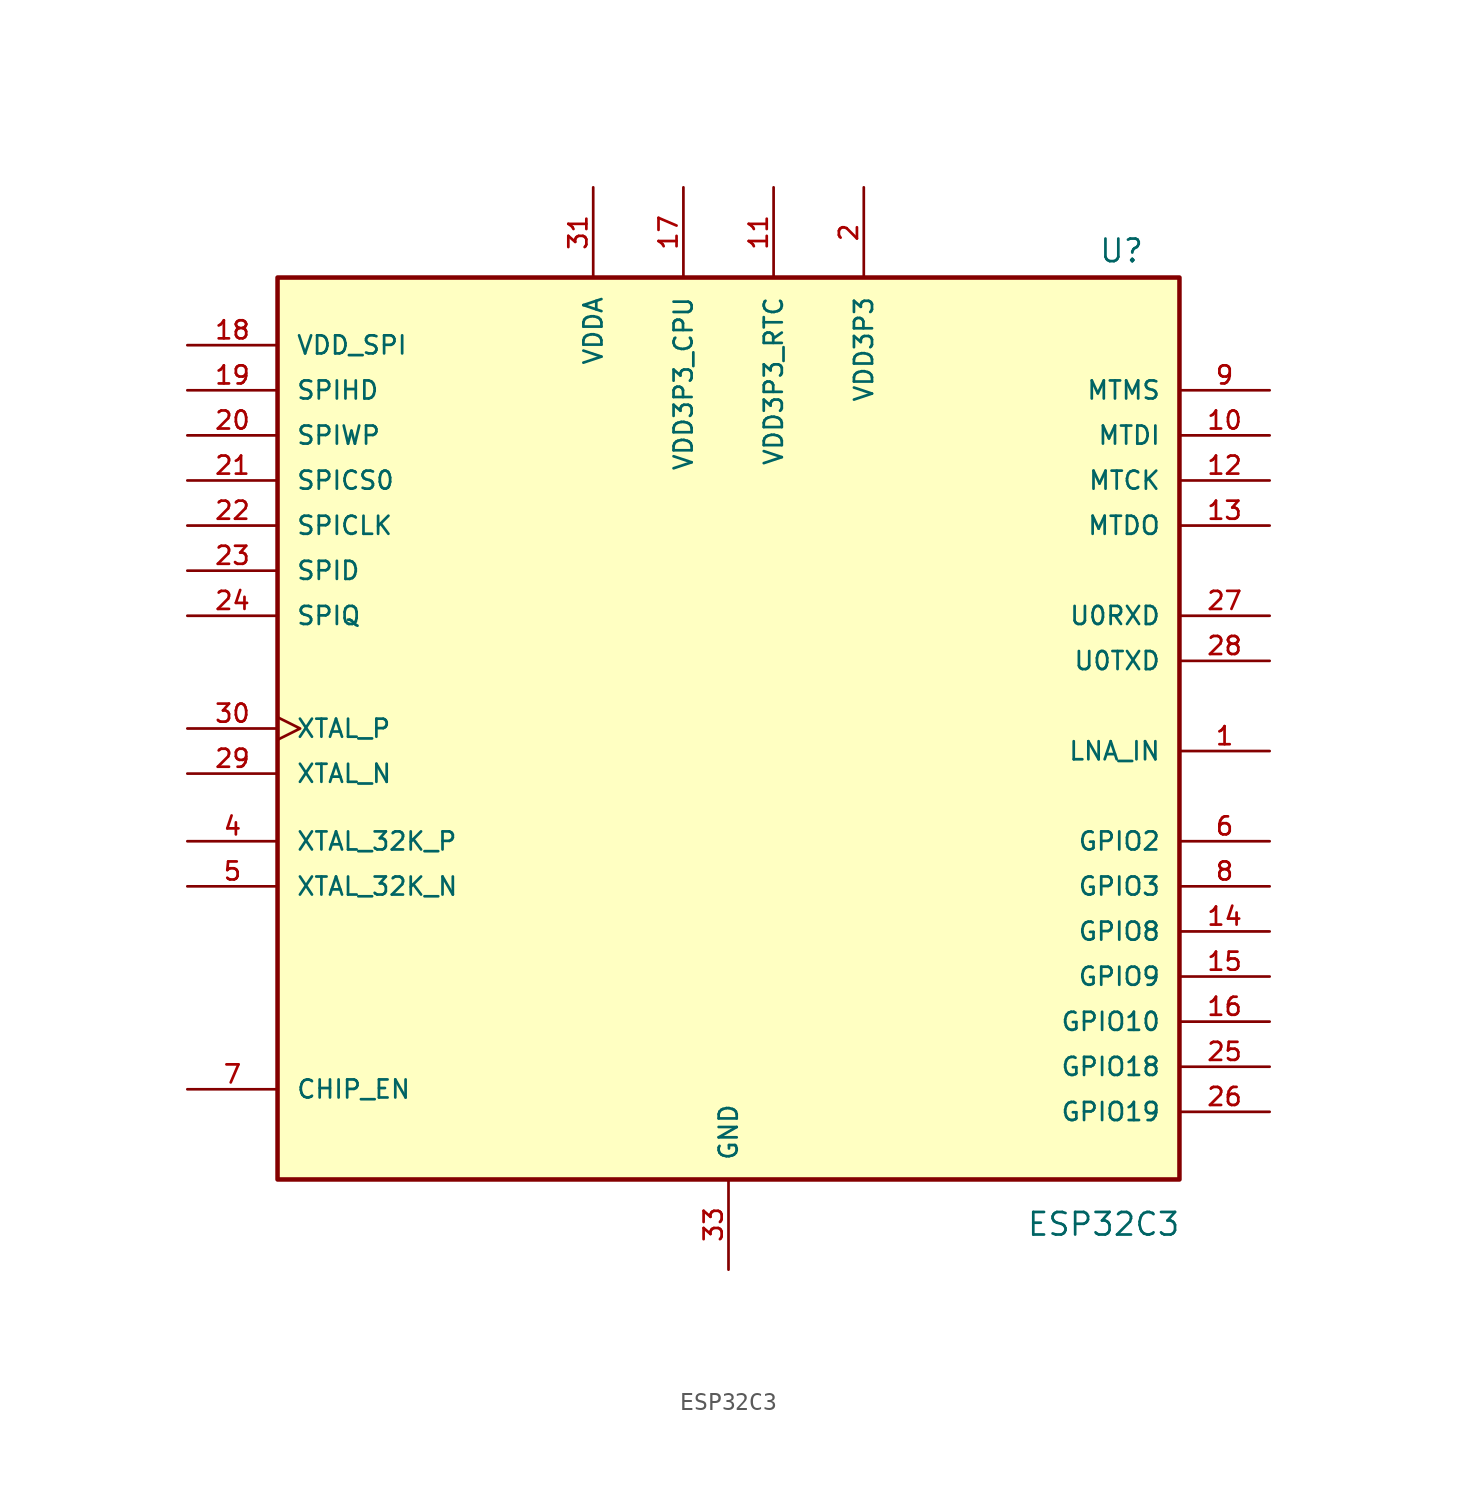
<source format=kicad_sym>
(kicad_symbol_lib
  (version 20231120)
  (generator "kicad_symbol_editor")
  (generator_version "8.0")
  (symbol "ESP32C3"
    (pin_names
      (offset 1.016))
    (property "Reference" "U"
      (at 20.828 26.162 0)
      (effects (font (size 1.27 1.27)) (justify left bottom)))
    (property "Value" "ESP32C3"
      (at 16.764 -27.178 0)
      (effects (font (size 1.27 1.27)) (justify left top)))
    (symbol "ESP32C3_0_0"
      (rectangle (start -25.4 25.4) (end 25.4 -25.4) (stroke (width 0.254) (type default)) (fill (type background)))
      (pin bidirectional line (at 30.48 -1.27 180) (length 5.08) (name "LNA_IN" (effects (font (size 1.016 1.016)))) (number "1" (effects (font (size 1.016 1.016)))))
      (pin bidirectional line (at 30.48 16.51 180) (length 5.08) (name "MTDI" (effects (font (size 1.016 1.016)))) (number "10" (effects (font (size 1.016 1.016)))))
      (pin power_in line (at 2.54 30.48 270) (length 5.08) (name "VDD3P3_RTC" (effects (font (size 1.016 1.016)))) (number "11" (effects (font (size 1.016 1.016)))))
      (pin bidirectional line (at 30.48 13.97 180) (length 5.08) (name "MTCK" (effects (font (size 1.016 1.016)))) (number "12" (effects (font (size 1.016 1.016)))))
      (pin bidirectional line (at 30.48 11.43 180) (length 5.08) (name "MTDO" (effects (font (size 1.016 1.016)))) (number "13" (effects (font (size 1.016 1.016)))))
      (pin bidirectional line (at 30.48 -11.43 180) (length 5.08) (name "GPIO8" (effects (font (size 1.016 1.016)))) (number "14" (effects (font (size 1.016 1.016)))))
      (pin bidirectional line (at 30.48 -13.97 180) (length 5.08) (name "GPIO9" (effects (font (size 1.016 1.016)))) (number "15" (effects (font (size 1.016 1.016)))))
      (pin bidirectional line (at 30.48 -16.51 180) (length 5.08) (name "GPIO10" (effects (font (size 1.016 1.016)))) (number "16" (effects (font (size 1.016 1.016)))))
      (pin power_in line (at -2.54 30.48 270) (length 5.08) (name "VDD3P3_CPU" (effects (font (size 1.016 1.016)))) (number "17" (effects (font (size 1.016 1.016)))))
      (pin power_in line (at -30.48 21.59 0) (length 5.08) (name "VDD_SPI" (effects (font (size 1.016 1.016)))) (number "18" (effects (font (size 1.016 1.016)))))
      (pin bidirectional line (at -30.48 19.05 0) (length 5.08) (name "SPIHD" (effects (font (size 1.016 1.016)))) (number "19" (effects (font (size 1.016 1.016)))))
      (pin power_in line (at 7.62 30.48 270) (length 5.08) (name "VDD3P3" (effects (font (size 1.016 1.016)))) (number "2" (effects (font (size 1.016 1.016)))))
      (pin bidirectional line (at -30.48 16.51 0) (length 5.08) (name "SPIWP" (effects (font (size 1.016 1.016)))) (number "20" (effects (font (size 1.016 1.016)))))
      (pin bidirectional line (at -30.48 13.97 0) (length 5.08) (name "SPICS0" (effects (font (size 1.016 1.016)))) (number "21" (effects (font (size 1.016 1.016)))))
      (pin bidirectional line (at -30.48 11.43 0) (length 5.08) (name "SPICLK" (effects (font (size 1.016 1.016)))) (number "22" (effects (font (size 1.016 1.016)))))
      (pin bidirectional line (at -30.48 8.89 0) (length 5.08) (name "SPID" (effects (font (size 1.016 1.016)))) (number "23" (effects (font (size 1.016 1.016)))))
      (pin bidirectional line (at -30.48 6.35 0) (length 5.08) (name "SPIQ" (effects (font (size 1.016 1.016)))) (number "24" (effects (font (size 1.016 1.016)))))
      (pin bidirectional line (at 30.48 -19.05 180) (length 5.08) (name "GPIO18" (effects (font (size 1.016 1.016)))) (number "25" (effects (font (size 1.016 1.016)))))
      (pin bidirectional line (at 30.48 -21.59 180) (length 5.08) (name "GPIO19" (effects (font (size 1.016 1.016)))) (number "26" (effects (font (size 1.016 1.016)))))
      (pin bidirectional line (at 30.48 6.35 180) (length 5.08) (name "U0RXD" (effects (font (size 1.016 1.016)))) (number "27" (effects (font (size 1.016 1.016)))))
      (pin bidirectional line (at 30.48 3.81 180) (length 5.08) (name "U0TXD" (effects (font (size 1.016 1.016)))) (number "28" (effects (font (size 1.016 1.016)))))
      (pin output line (at -30.48 -2.54 0) (length 5.08) (name "XTAL_N" (effects (font (size 1.016 1.016)))) (number "29" (effects (font (size 1.016 1.016)))))
      (pin input clock (at -30.48 0 0) (length 5.08) (name "XTAL_P" (effects (font (size 1.016 1.016)))) (number "30" (effects (font (size 1.016 1.016)))))
      (pin power_in line (at -7.62 30.48 270) (length 5.08) (name "VDDA" (effects (font (size 1.016 1.016)))) (number "31" (effects (font (size 1.016 1.016)))))
      (pin power_in line (at 0 -30.48 90) (length 5.08) (name "GND" (effects (font (size 1.016 1.016)))) (number "33" (effects (font (size 1.016 1.016)))))
      (pin bidirectional line (at -30.48 -6.35 0) (length 5.08) (name "XTAL_32K_P" (effects (font (size 1.016 1.016)))) (number "4" (effects (font (size 1.016 1.016)))))
      (pin bidirectional line (at -30.48 -8.89 0) (length 5.08) (name "XTAL_32K_N" (effects (font (size 1.016 1.016)))) (number "5" (effects (font (size 1.016 1.016)))))
      (pin bidirectional line (at 30.48 -6.35 180) (length 5.08) (name "GPIO2" (effects (font (size 1.016 1.016)))) (number "6" (effects (font (size 1.016 1.016)))))
      (pin input line (at -30.48 -20.32 0) (length 5.08) (name "CHIP_EN" (effects (font (size 1.016 1.016)))) (number "7" (effects (font (size 1.016 1.016)))))
      (pin bidirectional line (at 30.48 -8.89 180) (length 5.08) (name "GPIO3" (effects (font (size 1.016 1.016)))) (number "8" (effects (font (size 1.016 1.016)))))
      (pin bidirectional line (at 30.48 19.05 180) (length 5.08) (name "MTMS" (effects (font (size 1.016 1.016)))) (number "9" (effects (font (size 1.016 1.016))))))
    (symbol "ESP32C3_1_0"
      (pin power_in line (at 7.62 30.48 270) (length 5.08) hide (name "VDD3P3" (effects (font (size 1.016 1.016)))) (number "3" (effects (font (size 1.016 1.016)))))
      (pin power_in line (at -7.62 30.48 270) (length 5.08) hide (name "VDDA" (effects (font (size 1.016 1.016)))) (number "32" (effects (font (size 1.016 1.016))))))))
</source>
